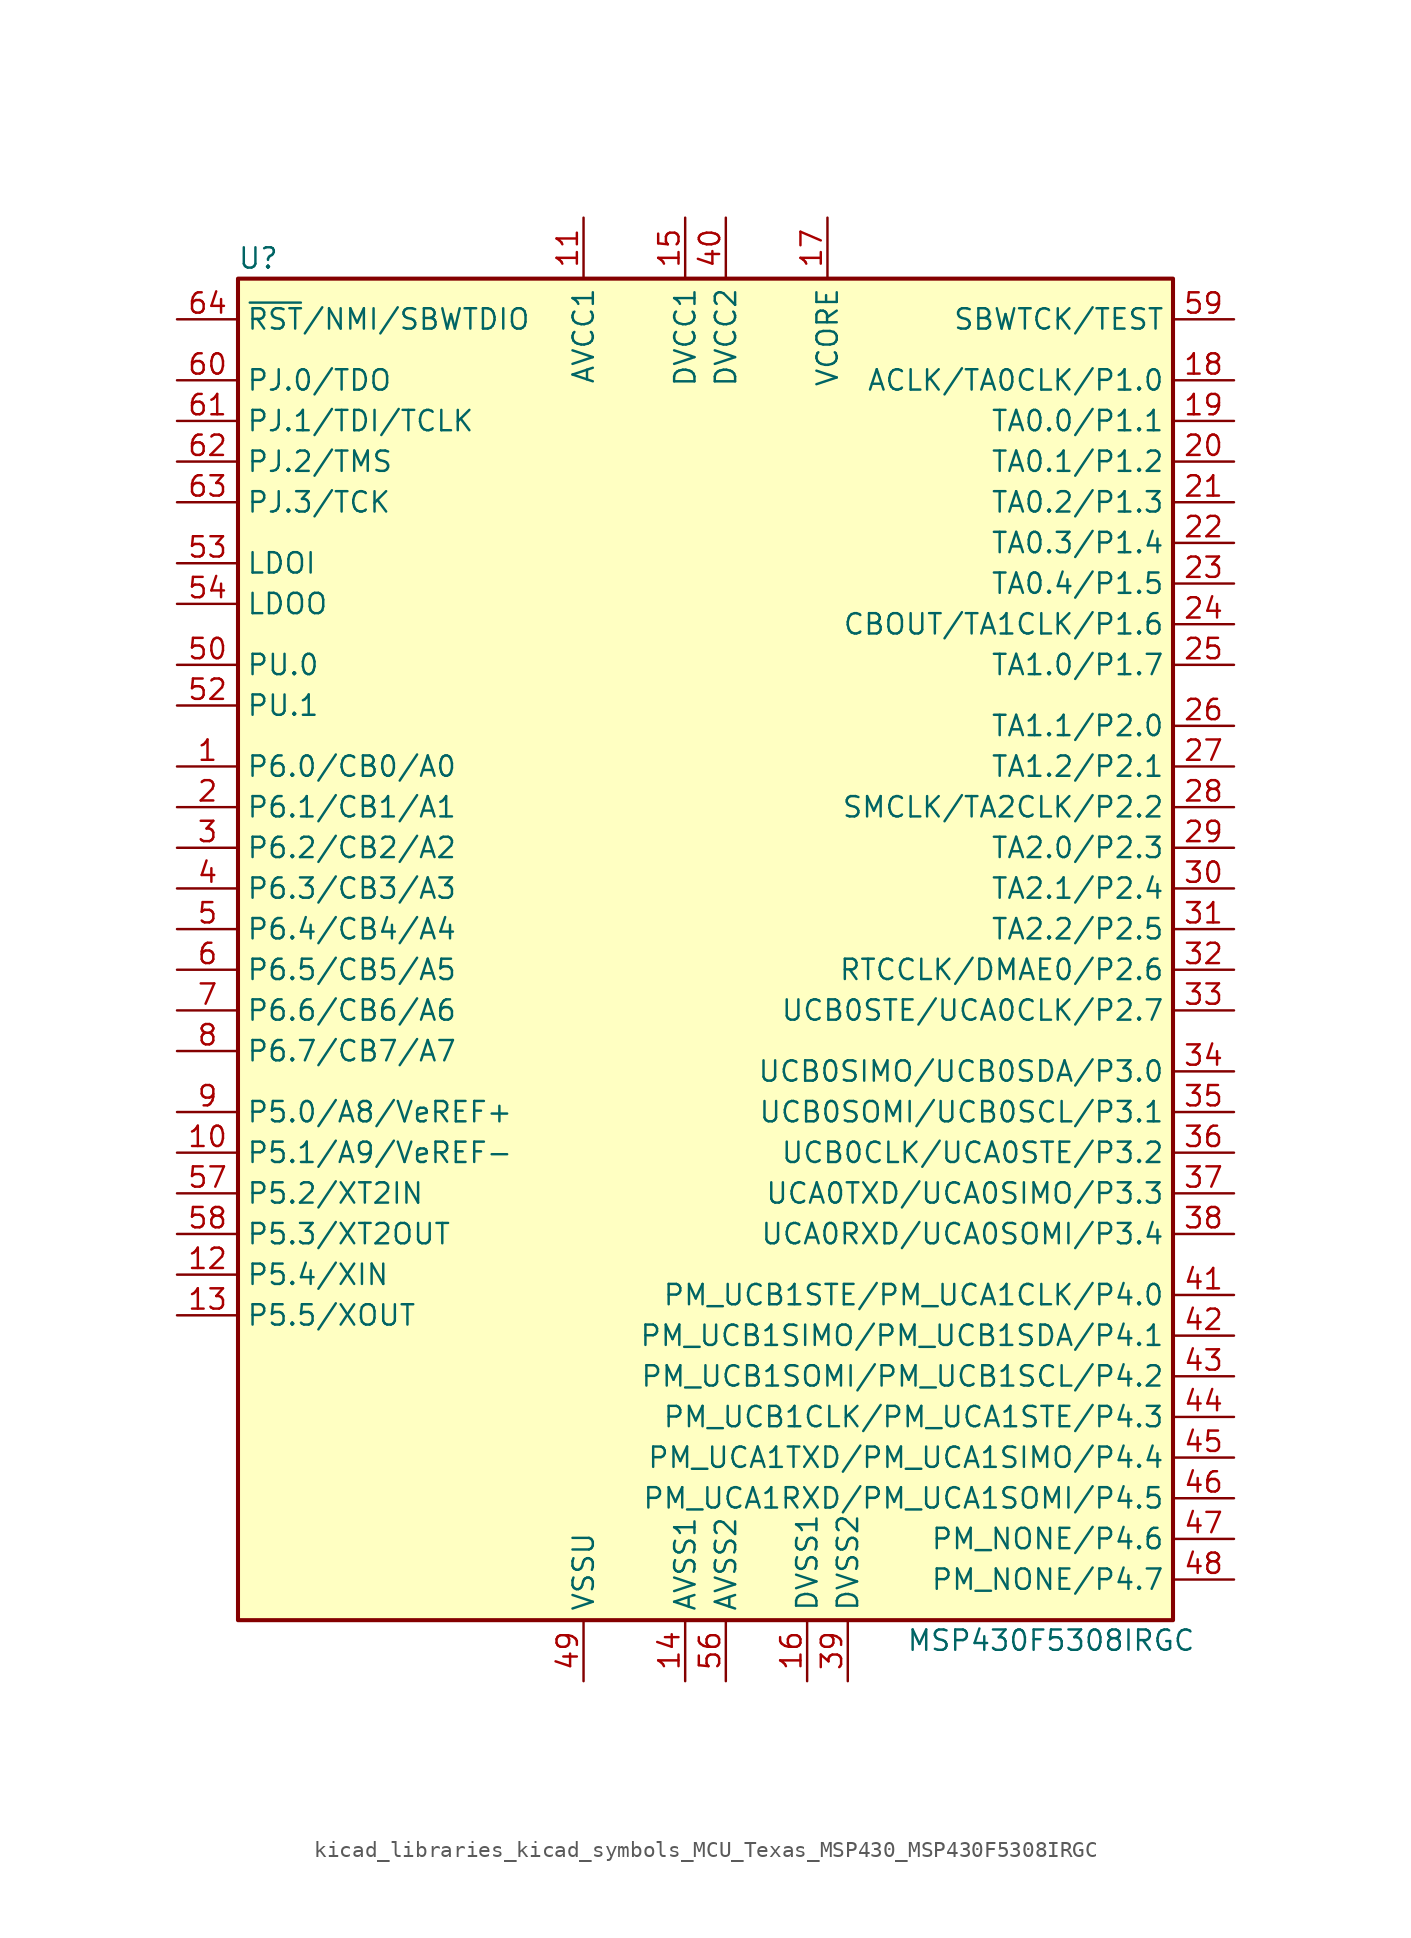
<source format=kicad_sym>
(kicad_symbol_lib
  (version 20220914)
  (generator kicad_symbol_editor)
  (symbol "kicad_libraries_kicad_symbols_MCU_Texas_MSP430_MSP430F5308IRGC"
    (property "Reference" "U"
      (at -27.94 43.18 0)
      (effects (font (size 1.27 1.27))))
    (property "Value" "MSP430F5308IRGC"
      (at 21.59 -43.18 0)
      (effects (font (size 1.27 1.27))))
    (symbol "kicad_libraries_kicad_symbols_MCU_Texas_MSP430_MSP430F5308IRGC_0_1"
      (rectangle (start -29.21 41.91) (end 29.21 -41.91) (stroke (width 0.254) (type default)) (fill (type background))))
    (symbol "kicad_libraries_kicad_symbols_MCU_Texas_MSP430_MSP430F5308IRGC_1_1"
      (pin bidirectional line (at -33.02 11.43 0) (length 3.81) (name "P6.0/CB0/A0" (effects (font (size 1.27 1.27)))) (number "1" (effects (font (size 1.27 1.27)))))
      (pin bidirectional line (at -33.02 -12.7 0) (length 3.81) (name "P5.1/A9/VeREF-" (effects (font (size 1.27 1.27)))) (number "10" (effects (font (size 1.27 1.27)))))
      (pin power_in line (at -7.62 45.72 270) (length 3.81) (name "AVCC1" (effects (font (size 1.27 1.27)))) (number "11" (effects (font (size 1.27 1.27)))))
      (pin bidirectional line (at -33.02 -20.32 0) (length 3.81) (name "P5.4/XIN" (effects (font (size 1.27 1.27)))) (number "12" (effects (font (size 1.27 1.27)))))
      (pin bidirectional line (at -33.02 -22.86 0) (length 3.81) (name "P5.5/XOUT" (effects (font (size 1.27 1.27)))) (number "13" (effects (font (size 1.27 1.27)))))
      (pin power_in line (at -1.27 -45.72 90) (length 3.81) (name "AVSS1" (effects (font (size 1.27 1.27)))) (number "14" (effects (font (size 1.27 1.27)))))
      (pin power_in line (at -1.27 45.72 270) (length 3.81) (name "DVCC1" (effects (font (size 1.27 1.27)))) (number "15" (effects (font (size 1.27 1.27)))))
      (pin power_in line (at 6.35 -45.72 90) (length 3.81) (name "DVSS1" (effects (font (size 1.27 1.27)))) (number "16" (effects (font (size 1.27 1.27)))))
      (pin bidirectional line (at 7.62 45.72 270) (length 3.81) (name "VCORE" (effects (font (size 1.27 1.27)))) (number "17" (effects (font (size 1.27 1.27)))))
      (pin bidirectional line (at 33.02 35.56 180) (length 3.81) (name "ACLK/TA0CLK/P1.0" (effects (font (size 1.27 1.27)))) (number "18" (effects (font (size 1.27 1.27)))))
      (pin bidirectional line (at 33.02 33.02 180) (length 3.81) (name "TA0.0/P1.1" (effects (font (size 1.27 1.27)))) (number "19" (effects (font (size 1.27 1.27)))))
      (pin bidirectional line (at -33.02 8.89 0) (length 3.81) (name "P6.1/CB1/A1" (effects (font (size 1.27 1.27)))) (number "2" (effects (font (size 1.27 1.27)))))
      (pin bidirectional line (at 33.02 30.48 180) (length 3.81) (name "TA0.1/P1.2" (effects (font (size 1.27 1.27)))) (number "20" (effects (font (size 1.27 1.27)))))
      (pin bidirectional line (at 33.02 27.94 180) (length 3.81) (name "TA0.2/P1.3" (effects (font (size 1.27 1.27)))) (number "21" (effects (font (size 1.27 1.27)))))
      (pin bidirectional line (at 33.02 25.4 180) (length 3.81) (name "TA0.3/P1.4" (effects (font (size 1.27 1.27)))) (number "22" (effects (font (size 1.27 1.27)))))
      (pin bidirectional line (at 33.02 22.86 180) (length 3.81) (name "TA0.4/P1.5" (effects (font (size 1.27 1.27)))) (number "23" (effects (font (size 1.27 1.27)))))
      (pin bidirectional line (at 33.02 20.32 180) (length 3.81) (name "CBOUT/TA1CLK/P1.6" (effects (font (size 1.27 1.27)))) (number "24" (effects (font (size 1.27 1.27)))))
      (pin bidirectional line (at 33.02 17.78 180) (length 3.81) (name "TA1.0/P1.7" (effects (font (size 1.27 1.27)))) (number "25" (effects (font (size 1.27 1.27)))))
      (pin bidirectional line (at 33.02 13.97 180) (length 3.81) (name "TA1.1/P2.0" (effects (font (size 1.27 1.27)))) (number "26" (effects (font (size 1.27 1.27)))))
      (pin bidirectional line (at 33.02 11.43 180) (length 3.81) (name "TA1.2/P2.1" (effects (font (size 1.27 1.27)))) (number "27" (effects (font (size 1.27 1.27)))))
      (pin bidirectional line (at 33.02 8.89 180) (length 3.81) (name "SMCLK/TA2CLK/P2.2" (effects (font (size 1.27 1.27)))) (number "28" (effects (font (size 1.27 1.27)))))
      (pin bidirectional line (at 33.02 6.35 180) (length 3.81) (name "TA2.0/P2.3" (effects (font (size 1.27 1.27)))) (number "29" (effects (font (size 1.27 1.27)))))
      (pin bidirectional line (at -33.02 6.35 0) (length 3.81) (name "P6.2/CB2/A2" (effects (font (size 1.27 1.27)))) (number "3" (effects (font (size 1.27 1.27)))))
      (pin bidirectional line (at 33.02 3.81 180) (length 3.81) (name "TA2.1/P2.4" (effects (font (size 1.27 1.27)))) (number "30" (effects (font (size 1.27 1.27)))))
      (pin bidirectional line (at 33.02 1.27 180) (length 3.81) (name "TA2.2/P2.5" (effects (font (size 1.27 1.27)))) (number "31" (effects (font (size 1.27 1.27)))))
      (pin bidirectional line (at 33.02 -1.27 180) (length 3.81) (name "RTCCLK/DMAE0/P2.6" (effects (font (size 1.27 1.27)))) (number "32" (effects (font (size 1.27 1.27)))))
      (pin bidirectional line (at 33.02 -3.81 180) (length 3.81) (name "UCB0STE/UCA0CLK/P2.7" (effects (font (size 1.27 1.27)))) (number "33" (effects (font (size 1.27 1.27)))))
      (pin bidirectional line (at 33.02 -7.62 180) (length 3.81) (name "UCB0SIMO/UCB0SDA/P3.0" (effects (font (size 1.27 1.27)))) (number "34" (effects (font (size 1.27 1.27)))))
      (pin bidirectional line (at 33.02 -10.16 180) (length 3.81) (name "UCB0SOMI/UCB0SCL/P3.1" (effects (font (size 1.27 1.27)))) (number "35" (effects (font (size 1.27 1.27)))))
      (pin bidirectional line (at 33.02 -12.7 180) (length 3.81) (name "UCB0CLK/UCA0STE/P3.2" (effects (font (size 1.27 1.27)))) (number "36" (effects (font (size 1.27 1.27)))))
      (pin bidirectional line (at 33.02 -15.24 180) (length 3.81) (name "UCA0TXD/UCA0SIMO/P3.3" (effects (font (size 1.27 1.27)))) (number "37" (effects (font (size 1.27 1.27)))))
      (pin bidirectional line (at 33.02 -17.78 180) (length 3.81) (name "UCA0RXD/UCA0SOMI/P3.4" (effects (font (size 1.27 1.27)))) (number "38" (effects (font (size 1.27 1.27)))))
      (pin power_in line (at 8.89 -45.72 90) (length 3.81) (name "DVSS2" (effects (font (size 1.27 1.27)))) (number "39" (effects (font (size 1.27 1.27)))))
      (pin bidirectional line (at -33.02 3.81 0) (length 3.81) (name "P6.3/CB3/A3" (effects (font (size 1.27 1.27)))) (number "4" (effects (font (size 1.27 1.27)))))
      (pin power_in line (at 1.27 45.72 270) (length 3.81) (name "DVCC2" (effects (font (size 1.27 1.27)))) (number "40" (effects (font (size 1.27 1.27)))))
      (pin bidirectional line (at 33.02 -21.59 180) (length 3.81) (name "PM_UCB1STE/PM_UCA1CLK/P4.0" (effects (font (size 1.27 1.27)))) (number "41" (effects (font (size 1.27 1.27)))))
      (pin bidirectional line (at 33.02 -24.13 180) (length 3.81) (name "PM_UCB1SIMO/PM_UCB1SDA/P4.1" (effects (font (size 1.27 1.27)))) (number "42" (effects (font (size 1.27 1.27)))))
      (pin bidirectional line (at 33.02 -26.67 180) (length 3.81) (name "PM_UCB1SOMI/PM_UCB1SCL/P4.2" (effects (font (size 1.27 1.27)))) (number "43" (effects (font (size 1.27 1.27)))))
      (pin bidirectional line (at 33.02 -29.21 180) (length 3.81) (name "PM_UCB1CLK/PM_UCA1STE/P4.3" (effects (font (size 1.27 1.27)))) (number "44" (effects (font (size 1.27 1.27)))))
      (pin bidirectional line (at 33.02 -31.75 180) (length 3.81) (name "PM_UCA1TXD/PM_UCA1SIMO/P4.4" (effects (font (size 1.27 1.27)))) (number "45" (effects (font (size 1.27 1.27)))))
      (pin bidirectional line (at 33.02 -34.29 180) (length 3.81) (name "PM_UCA1RXD/PM_UCA1SOMI/P4.5" (effects (font (size 1.27 1.27)))) (number "46" (effects (font (size 1.27 1.27)))))
      (pin bidirectional line (at 33.02 -36.83 180) (length 3.81) (name "PM_NONE/P4.6" (effects (font (size 1.27 1.27)))) (number "47" (effects (font (size 1.27 1.27)))))
      (pin bidirectional line (at 33.02 -39.37 180) (length 3.81) (name "PM_NONE/P4.7" (effects (font (size 1.27 1.27)))) (number "48" (effects (font (size 1.27 1.27)))))
      (pin power_in line (at -7.62 -45.72 90) (length 3.81) (name "VSSU" (effects (font (size 1.27 1.27)))) (number "49" (effects (font (size 1.27 1.27)))))
      (pin bidirectional line (at -33.02 1.27 0) (length 3.81) (name "P6.4/CB4/A4" (effects (font (size 1.27 1.27)))) (number "5" (effects (font (size 1.27 1.27)))))
      (pin bidirectional line (at -33.02 17.78 0) (length 3.81) (name "PU.0" (effects (font (size 1.27 1.27)))) (number "50" (effects (font (size 1.27 1.27)))))
      (pin bidirectional line (at -33.02 15.24 0) (length 3.81) (name "PU.1" (effects (font (size 1.27 1.27)))) (number "52" (effects (font (size 1.27 1.27)))))
      (pin power_in line (at -33.02 24.13 0) (length 3.81) (name "LDOI" (effects (font (size 1.27 1.27)))) (number "53" (effects (font (size 1.27 1.27)))))
      (pin power_out line (at -33.02 21.59 0) (length 3.81) (name "LDOO" (effects (font (size 1.27 1.27)))) (number "54" (effects (font (size 1.27 1.27)))))
      (pin power_in line (at 1.27 -45.72 90) (length 3.81) (name "AVSS2" (effects (font (size 1.27 1.27)))) (number "56" (effects (font (size 1.27 1.27)))))
      (pin bidirectional line (at -33.02 -15.24 0) (length 3.81) (name "P5.2/XT2IN" (effects (font (size 1.27 1.27)))) (number "57" (effects (font (size 1.27 1.27)))))
      (pin bidirectional line (at -33.02 -17.78 0) (length 3.81) (name "P5.3/XT2OUT" (effects (font (size 1.27 1.27)))) (number "58" (effects (font (size 1.27 1.27)))))
      (pin input line (at 33.02 39.37 180) (length 3.81) (name "SBWTCK/TEST" (effects (font (size 1.27 1.27)))) (number "59" (effects (font (size 1.27 1.27)))))
      (pin bidirectional line (at -33.02 -1.27 0) (length 3.81) (name "P6.5/CB5/A5" (effects (font (size 1.27 1.27)))) (number "6" (effects (font (size 1.27 1.27)))))
      (pin bidirectional line (at -33.02 35.56 0) (length 3.81) (name "PJ.0/TDO" (effects (font (size 1.27 1.27)))) (number "60" (effects (font (size 1.27 1.27)))))
      (pin bidirectional line (at -33.02 33.02 0) (length 3.81) (name "PJ.1/TDI/TCLK" (effects (font (size 1.27 1.27)))) (number "61" (effects (font (size 1.27 1.27)))))
      (pin bidirectional line (at -33.02 30.48 0) (length 3.81) (name "PJ.2/TMS" (effects (font (size 1.27 1.27)))) (number "62" (effects (font (size 1.27 1.27)))))
      (pin bidirectional line (at -33.02 27.94 0) (length 3.81) (name "PJ.3/TCK" (effects (font (size 1.27 1.27)))) (number "63" (effects (font (size 1.27 1.27)))))
      (pin input line (at -33.02 39.37 0) (length 3.81) (name "~{RST}/NMI/SBWTDIO" (effects (font (size 1.27 1.27)))) (number "64" (effects (font (size 1.27 1.27)))))
      (pin bidirectional line (at -33.02 -3.81 0) (length 3.81) (name "P6.6/CB6/A6" (effects (font (size 1.27 1.27)))) (number "7" (effects (font (size 1.27 1.27)))))
      (pin bidirectional line (at -33.02 -6.35 0) (length 3.81) (name "P6.7/CB7/A7" (effects (font (size 1.27 1.27)))) (number "8" (effects (font (size 1.27 1.27)))))
      (pin bidirectional line (at -33.02 -10.16 0) (length 3.81) (name "P5.0/A8/VeREF+" (effects (font (size 1.27 1.27)))) (number "9" (effects (font (size 1.27 1.27))))))))
</source>
